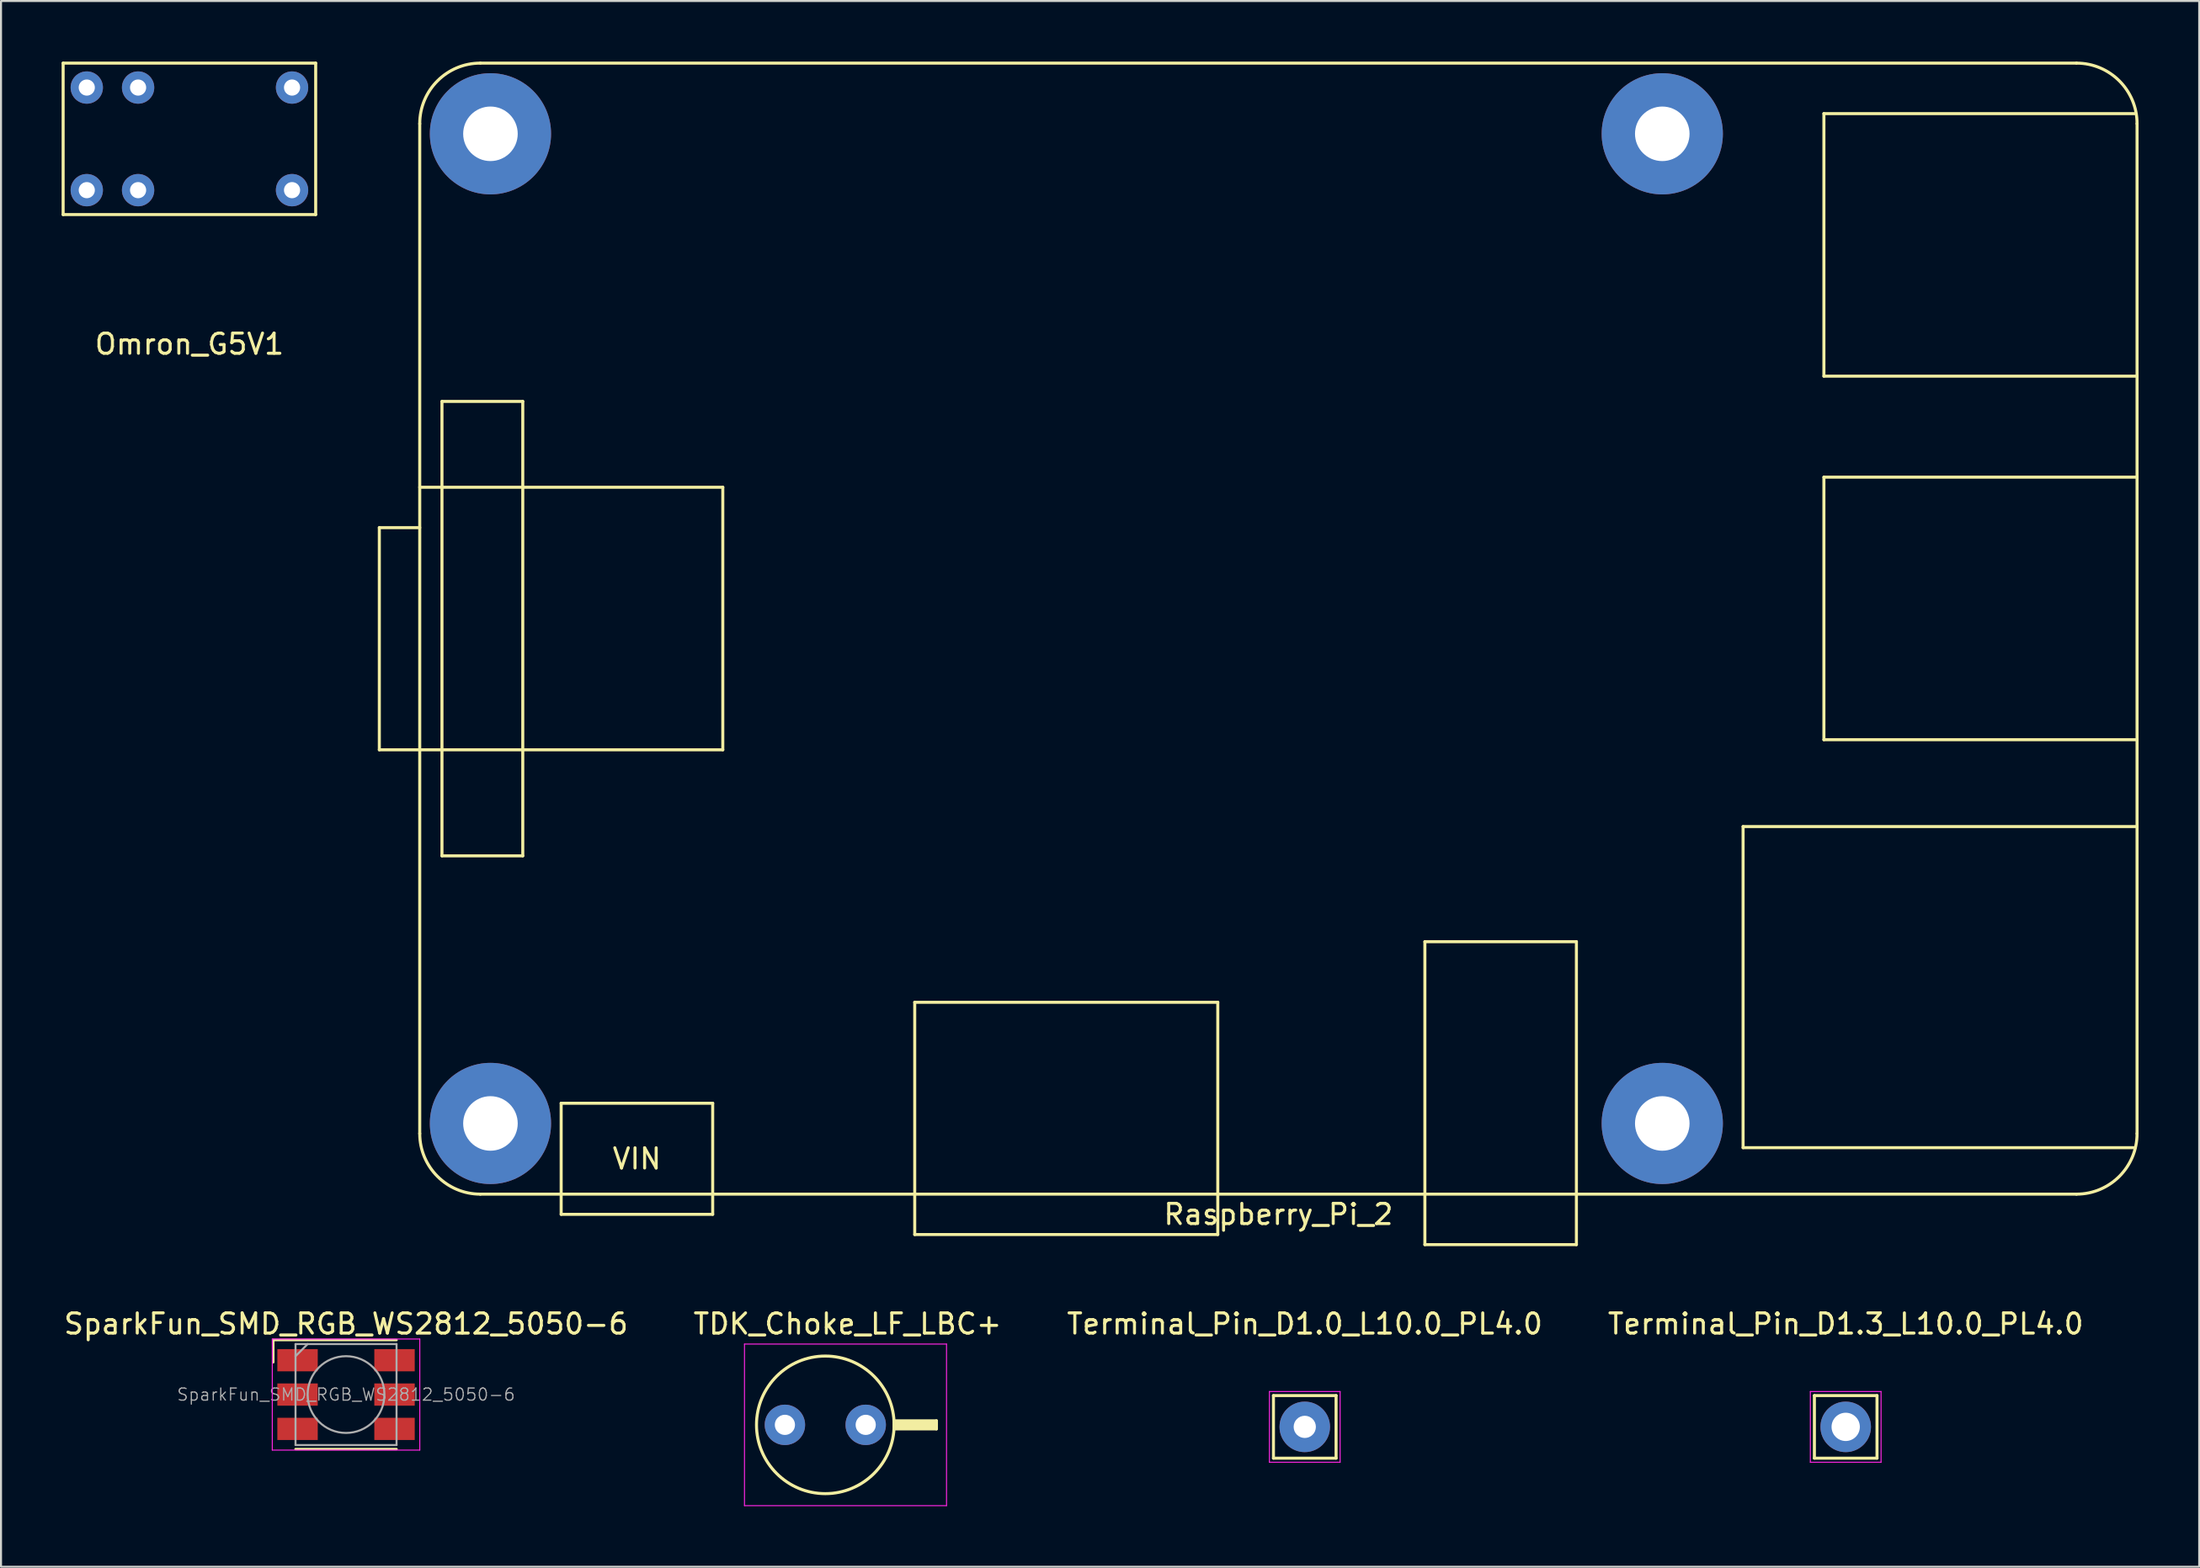
<source format=kicad_pcb>
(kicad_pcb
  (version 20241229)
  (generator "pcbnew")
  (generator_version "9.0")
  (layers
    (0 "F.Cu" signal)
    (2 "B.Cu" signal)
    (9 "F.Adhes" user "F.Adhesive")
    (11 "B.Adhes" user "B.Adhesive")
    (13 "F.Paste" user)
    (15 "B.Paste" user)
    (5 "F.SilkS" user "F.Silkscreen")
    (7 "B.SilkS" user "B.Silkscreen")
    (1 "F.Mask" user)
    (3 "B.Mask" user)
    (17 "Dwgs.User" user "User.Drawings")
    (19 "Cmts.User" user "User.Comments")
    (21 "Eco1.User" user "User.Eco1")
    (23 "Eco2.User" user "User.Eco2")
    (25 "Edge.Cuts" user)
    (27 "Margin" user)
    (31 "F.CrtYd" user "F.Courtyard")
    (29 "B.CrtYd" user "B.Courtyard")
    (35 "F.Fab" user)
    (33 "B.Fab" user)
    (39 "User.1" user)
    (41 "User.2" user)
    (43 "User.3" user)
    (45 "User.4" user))
  (footprint "Raspberry_Pi_2"
    (layer "F.Cu")
    (at 60.225 28.075)
    (property "Reference" "Raspberry_Pi_2" (at 0 29 0) (layer "F.SilkS") (effects (font (size 1 1) (thickness 0.15))))
    (attr through_hole)
    (fp_line (start -44.5 -5) (end -44.5 6) (stroke (width 0.15) (type solid)) (layer "F.SilkS"))
    (fp_line (start -42.5 -25) (end -42.5 25) (stroke (width 0.15) (type solid)) (layer "F.SilkS"))
    (fp_line (start -42.5 -7) (end -27.5 -7) (stroke (width 0.15) (type solid)) (layer "F.SilkS"))
    (fp_line (start -42.5 -5) (end -44.5 -5) (stroke (width 0.15) (type solid)) (layer "F.SilkS"))
    (fp_line (start -42.5 6) (end -44.5 6) (stroke (width 0.15) (type solid)) (layer "F.SilkS"))
    (fp_line (start -42.5 6) (end -27.5 6) (stroke (width 0.15) (type solid)) (layer "F.SilkS"))
    (fp_line (start -41.4 -11.25) (end -41.4 11.25) (stroke (width 0.15) (type solid)) (layer "F.SilkS"))
    (fp_line (start -41.4 -11.25) (end -37.4 -11.25) (stroke (width 0.15) (type solid)) (layer "F.SilkS"))
    (fp_line (start -41.4 11.25) (end -37.4 11.25) (stroke (width 0.15) (type solid)) (layer "F.SilkS"))
    (fp_line (start -39.5 -28) (end 39.5 -28) (stroke (width 0.15) (type solid)) (layer "F.SilkS"))
    (fp_line (start -39.5 28) (end 39.5 28) (stroke (width 0.15) (type solid)) (layer "F.SilkS"))
    (fp_line (start -37.4 -11.25) (end -37.4 11.25) (stroke (width 0.15) (type solid)) (layer "F.SilkS"))
    (fp_line (start -35.5 23.5) (end -35.5 29) (stroke (width 0.15) (type solid)) (layer "F.SilkS"))
    (fp_line (start -35.5 23.5) (end -28 23.5) (stroke (width 0.15) (type solid)) (layer "F.SilkS"))
    (fp_line (start -35.5 29) (end -28 29) (stroke (width 0.15) (type solid)) (layer "F.SilkS"))
    (fp_line (start -28 23.5) (end -28 29) (stroke (width 0.15) (type solid)) (layer "F.SilkS"))
    (fp_line (start -27.5 -7) (end -27.5 6) (stroke (width 0.15) (type solid)) (layer "F.SilkS"))
    (fp_line (start -18 18.5) (end -18 30) (stroke (width 0.15) (type solid)) (layer "F.SilkS"))
    (fp_line (start -18 18.5) (end -3 18.5) (stroke (width 0.15) (type solid)) (layer "F.SilkS"))
    (fp_line (start -18 30) (end -3 30) (stroke (width 0.15) (type solid)) (layer "F.SilkS"))
    (fp_line (start -3 18.5) (end -3 30) (stroke (width 0.15) (type solid)) (layer "F.SilkS"))
    (fp_line (start 7.25 15.5) (end 7.25 30.5) (stroke (width 0.15) (type solid)) (layer "F.SilkS"))
    (fp_line (start 7.25 15.5) (end 14.75 15.5) (stroke (width 0.15) (type solid)) (layer "F.SilkS"))
    (fp_line (start 7.25 30.5) (end 14.75 30.5) (stroke (width 0.15) (type solid)) (layer "F.SilkS"))
    (fp_line (start 14.75 15.5) (end 14.75 30.5) (stroke (width 0.15) (type solid)) (layer "F.SilkS"))
    (fp_line (start 23 9.8) (end 23 25.7) (stroke (width 0.15) (type solid)) (layer "F.SilkS"))
    (fp_line (start 23 9.8) (end 42.5 9.8) (stroke (width 0.15) (type solid)) (layer "F.SilkS"))
    (fp_line (start 23 25.7) (end 42.4 25.7) (stroke (width 0.15) (type solid)) (layer "F.SilkS"))
    (fp_line (start 27 -25.5) (end 42.4 -25.5) (stroke (width 0.15) (type solid)) (layer "F.SilkS"))
    (fp_line (start 27 -12.5) (end 27 -25.5) (stroke (width 0.15) (type solid)) (layer "F.SilkS"))
    (fp_line (start 27 -7.5) (end 42.5 -7.5) (stroke (width 0.15) (type solid)) (layer "F.SilkS"))
    (fp_line (start 27 5.5) (end 27 -7.5) (stroke (width 0.15) (type solid)) (layer "F.SilkS"))
    (fp_line (start 42.5 -25) (end 42.5 25) (stroke (width 0.15) (type solid)) (layer "F.SilkS"))
    (fp_line (start 42.5 -12.5) (end 27 -12.5) (stroke (width 0.15) (type solid)) (layer "F.SilkS"))
    (fp_line (start 42.5 5.5) (end 27 5.5) (stroke (width 0.15) (type solid)) (layer "F.SilkS"))
    (fp_arc (start -42.5 -25) (mid -41.62132 -27.12132) (end -39.5 -28) (stroke (width 0.15) (type solid)) (layer "F.SilkS"))
    (fp_arc (start -39.5 28) (mid -41.62132 27.12132) (end -42.5 25) (stroke (width 0.15) (type solid)) (layer "F.SilkS"))
    (fp_arc (start 39.5 -28) (mid 41.62132 -27.12132) (end 42.5 -25) (stroke (width 0.15) (type solid)) (layer "F.SilkS"))
    (fp_arc (start 42.5 25) (mid 41.62132 27.12132) (end 39.5 28) (stroke (width 0.15) (type solid)) (layer "F.SilkS"))
    (fp_text user "VIN" (at -31.75 26.25 0) (layer "F.SilkS") (effects (font (size 1 1) (thickness 0.15))))
    (pad "" np_thru_hole circle (at -39 -24.5) (size 6 6) (drill 2.7) (layers "*.Cu" "*.Mask"))
    (pad "" np_thru_hole circle (at -39 24.5) (size 6 6) (drill 2.7) (layers "*.Cu" "*.Mask"))
    (pad "" np_thru_hole circle (at 19 -24.5) (size 6 6) (drill 2.7) (layers "*.Cu" "*.Mask"))
    (pad "" np_thru_hole circle (at 19 24.5) (size 6 6) (drill 2.7) (layers "*.Cu" "*.Mask")))
  (footprint "Omron_G5V1"
    (layer "F.Cu")
    (at 1.245 1.285)
    (property "Reference" "Omron_G5V1" (at 5.08 12.7 0) (layer "F.SilkS") (effects (font (size 1 1) (thickness 0.15))))
    (attr through_hole)
    (fp_line (start -1.17 -1.21) (end -1.17 6.29) (stroke (width 0.15) (type solid)) (layer "F.SilkS"))
    (fp_line (start -1.17 -1.21) (end 11.33 -1.21) (stroke (width 0.15) (type solid)) (layer "F.SilkS"))
    (fp_line (start -1.17 6.29) (end 11.33 6.29) (stroke (width 0.15) (type solid)) (layer "F.SilkS"))
    (fp_line (start 11.33 -1.21) (end 11.33 6.29) (stroke (width 0.15) (type solid)) (layer "F.SilkS"))
    (pad "1" thru_hole circle (at 0 0) (size 1.6 1.6) (drill 0.8) (layers "*.Cu" "*.Mask"))
    (pad "2" thru_hole circle (at 2.54 0) (size 1.6 1.6) (drill 0.8) (layers "*.Cu" "*.Mask"))
    (pad "5" thru_hole circle (at 10.16 0) (size 1.6 1.6) (drill 0.8) (layers "*.Cu" "*.Mask"))
    (pad "6" thru_hole circle (at 10.16 5.08) (size 1.6 1.6) (drill 0.8) (layers "*.Cu" "*.Mask"))
    (pad "9" thru_hole circle (at 2.54 5.08) (size 1.6 1.6) (drill 0.8) (layers "*.Cu" "*.Mask"))
    (pad "10" thru_hole circle (at 0 5.08) (size 1.6 1.6) (drill 0.8) (layers "*.Cu" "*.Mask")))
  (footprint "Terminal_Pin_D1.3_L10.0_PL4.0"
    (layer "F.Cu")
    (at 88.304 67.598)
    (property "Reference" "Terminal_Pin_D1.3_L10.0_PL4.0" (at 0 -5.1 0) (layer "F.SilkS") (effects (font (size 1 1) (thickness 0.15))))
    (attr through_hole)
    (fp_line (start -1.55 -1.55) (end 1.55 -1.55) (stroke (width 0.15) (type solid)) (layer "F.SilkS"))
    (fp_line (start -1.55 1.55) (end -1.55 -1.55) (stroke (width 0.15) (type solid)) (layer "F.SilkS"))
    (fp_line (start -1.55 1.55) (end 1.55 1.55) (stroke (width 0.15) (type solid)) (layer "F.SilkS"))
    (fp_line (start 1.55 -1.55) (end 1.55 1.55) (stroke (width 0.15) (type solid)) (layer "F.SilkS"))
    (fp_line (start -1.75 -1.75) (end -1.75 1.75) (stroke (width 0.05) (type solid)) (layer "F.CrtYd"))
    (fp_line (start -1.75 -1.75) (end 1.75 -1.75) (stroke (width 0.05) (type solid)) (layer "F.CrtYd"))
    (fp_line (start -1.75 1.75) (end 1.75 1.75) (stroke (width 0.05) (type solid)) (layer "F.CrtYd"))
    (fp_line (start 1.75 -1.75) (end 1.75 1.75) (stroke (width 0.05) (type solid)) (layer "F.CrtYd"))
    (pad "1" thru_hole circle (at 0 0) (size 2.5 2.5) (drill 1.4) (layers "*.Cu" "*.Mask")))
  (footprint "SparkFun_SMD_RGB_WS2812_5050-6"
    (layer "F.Cu")
    (at 14.077 65.998)
    (property "Reference" "SparkFun_SMD_RGB_WS2812_5050-6" (at 0 -3.5 180) (layer "F.SilkS") (effects (font (size 1 1) (thickness 0.15))))
    (attr smd)
    (fp_line (start -3.6 -2.7) (end 2.5 -2.7) (stroke (width 0.12) (type solid)) (layer "F.SilkS"))
    (fp_line (start -3.6 -1.6) (end -3.6 -2.7) (stroke (width 0.12) (type solid)) (layer "F.SilkS"))
    (fp_line (start 2.5 2.7) (end -2.5 2.7) (stroke (width 0.12) (type solid)) (layer "F.SilkS"))
    (fp_line (start -3.65 -2.75) (end -3.65 2.75) (stroke (width 0.05) (type solid)) (layer "F.CrtYd"))
    (fp_line (start -3.65 2.75) (end 3.65 2.75) (stroke (width 0.05) (type solid)) (layer "F.CrtYd"))
    (fp_line (start 3.65 -2.75) (end -3.65 -2.75) (stroke (width 0.05) (type solid)) (layer "F.CrtYd"))
    (fp_line (start 3.65 2.75) (end 3.65 -2.75) (stroke (width 0.05) (type solid)) (layer "F.CrtYd"))
    (fp_line (start -2.5 -2.5) (end -2.5 2.5) (stroke (width 0.1) (type solid)) (layer "F.Fab"))
    (fp_line (start -2.5 -1.9) (end -1.9 -2.5) (stroke (width 0.1) (type solid)) (layer "F.Fab"))
    (fp_line (start -2.5 2.5) (end 2.5 2.5) (stroke (width 0.1) (type solid)) (layer "F.Fab"))
    (fp_line (start 2.5 -2.5) (end -2.5 -2.5) (stroke (width 0.1) (type solid)) (layer "F.Fab"))
    (fp_line (start 2.5 2.5) (end 2.5 -2.5) (stroke (width 0.1) (type solid)) (layer "F.Fab"))
    (fp_circle (center 0 0) (end 0 -1.9) (stroke (width 0.1) (type solid)) (fill no) (layer "F.Fab"))
    (fp_text user "${REFERENCE}" (at 0 0 0) (layer "F.Fab") (effects (font (size 0.6 0.6) (thickness 0.06))))
    (pad "1" smd rect (at -2.4 -1.7 90) (size 1.1 2) (layers "F.Cu" "F.Mask" "F.Paste"))
    (pad "2" smd rect (at -2.4 0 90) (size 1.1 2) (layers "F.Cu" "F.Mask" "F.Paste"))
    (pad "3" smd rect (at -2.4 1.7 90) (size 1.1 2) (layers "F.Cu" "F.Mask" "F.Paste"))
    (pad "4" smd rect (at 2.4 1.7 90) (size 1.1 2) (layers "F.Cu" "F.Mask" "F.Paste"))
    (pad "5" smd rect (at 2.4 0 90) (size 1.1 2) (layers "F.Cu" "F.Mask" "F.Paste"))
    (pad "6" smd rect (at 2.4 -1.7 90) (size 1.1 2) (layers "F.Cu" "F.Mask" "F.Paste")))
  (footprint "TDK_Choke_LF_LBC+"
    (layer "F.Cu")
    (at 37.799 67.498)
    (property "Reference" "TDK_Choke_LF_LBC+" (at 1.1 -5 0) (layer "F.SilkS") (effects (font (size 1 1) (thickness 0.15))))
    (attr through_hole)
    (fp_line (start 3.4 -0.2) (end 5.5 -0.2) (stroke (width 0.15) (type solid)) (layer "F.SilkS"))
    (fp_line (start 3.4 -0.1) (end 5.5 -0.1) (stroke (width 0.15) (type solid)) (layer "F.SilkS"))
    (fp_line (start 3.4 0) (end 5.5 0) (stroke (width 0.15) (type solid)) (layer "F.SilkS"))
    (fp_line (start 3.4 0.1) (end 5.5 0.1) (stroke (width 0.15) (type solid)) (layer "F.SilkS"))
    (fp_line (start 3.4 0.2) (end 5.5 0.2) (stroke (width 0.15) (type solid)) (layer "F.SilkS"))
    (fp_line (start 5.5 -0.2) (end 5.5 0.2) (stroke (width 0.15) (type solid)) (layer "F.SilkS"))
    (fp_circle (center 0 0) (end -0.2 -3.4) (stroke (width 0.15) (type solid)) (fill no) (layer "F.SilkS"))
    (fp_line (start -4 -4) (end -4 4) (stroke (width 0.05) (type solid)) (layer "F.CrtYd"))
    (fp_line (start -4 4) (end 6 4) (stroke (width 0.05) (type solid)) (layer "F.CrtYd"))
    (fp_line (start 6 -4) (end -4 -4) (stroke (width 0.05) (type solid)) (layer "F.CrtYd"))
    (fp_line (start 6 4) (end 6 -4) (stroke (width 0.05) (type solid)) (layer "F.CrtYd"))
    (pad "1" thru_hole circle (at -2 0 270) (size 2 2) (drill 1) (layers "*.Cu" "*.Mask"))
    (pad "2" thru_hole circle (at 2 0 270) (size 2 2) (drill 1) (layers "*.Cu" "*.Mask")))
  (footprint "Terminal_Pin_D1.0_L10.0_PL4.0"
    (layer "F.Cu")
    (at 61.53 67.598)
    (property "Reference" "Terminal_Pin_D1.0_L10.0_PL4.0" (at 0 -5.1 0) (layer "F.SilkS") (effects (font (size 1 1) (thickness 0.15))))
    (attr through_hole)
    (fp_line (start -1.55 -1.55) (end 1.55 -1.55) (stroke (width 0.15) (type solid)) (layer "F.SilkS"))
    (fp_line (start -1.55 1.55) (end -1.55 -1.55) (stroke (width 0.15) (type solid)) (layer "F.SilkS"))
    (fp_line (start -1.55 1.55) (end 1.55 1.55) (stroke (width 0.15) (type solid)) (layer "F.SilkS"))
    (fp_line (start 1.55 -1.55) (end 1.55 1.55) (stroke (width 0.15) (type solid)) (layer "F.SilkS"))
    (fp_line (start -1.75 -1.75) (end -1.75 1.75) (stroke (width 0.05) (type solid)) (layer "F.CrtYd"))
    (fp_line (start -1.75 -1.75) (end 1.75 -1.75) (stroke (width 0.05) (type solid)) (layer "F.CrtYd"))
    (fp_line (start -1.75 1.75) (end 1.75 1.75) (stroke (width 0.05) (type solid)) (layer "F.CrtYd"))
    (fp_line (start 1.75 -1.75) (end 1.75 1.75) (stroke (width 0.05) (type solid)) (layer "F.CrtYd"))
    (pad "1" thru_hole circle (at 0 0) (size 2.5 2.5) (drill 1.1) (layers "*.Cu" "*.Mask")))
  (gr_rect
    (start -3 -3)
    (end 105.8 74.523)
    (stroke (width 0.1) (type default))
    (fill no)
    (layer "Edge.Cuts")))
</source>
